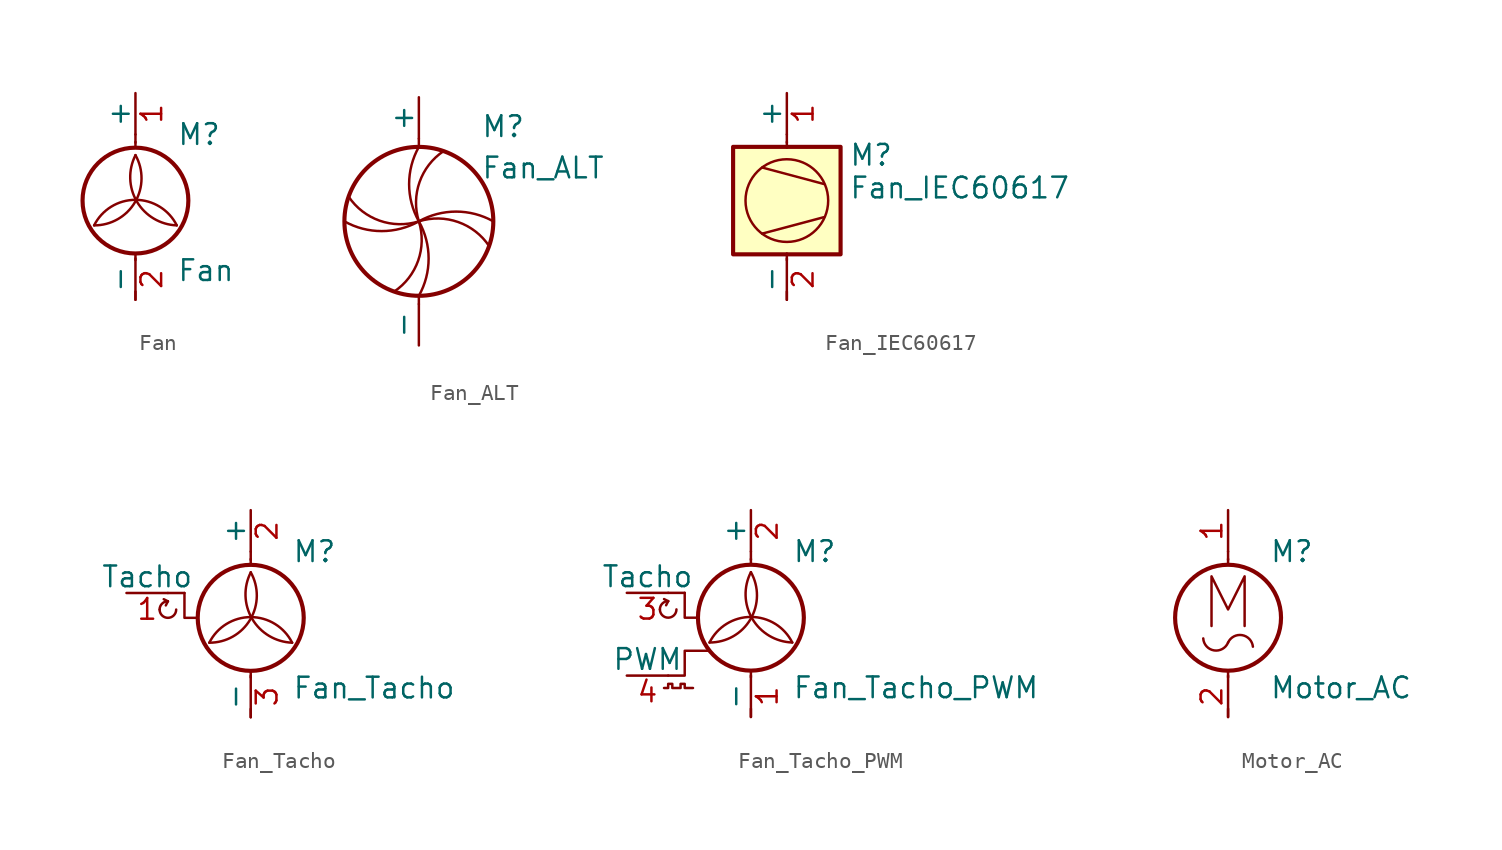
<source format=kicad_sym>
(kicad_symbol_lib
  (version 20200908)
  (generator kicad_symbol_editor)
  (symbol "Motor:Fan"
    (pin_names
      (offset 0))
    (property "Reference" "M"
      (at 2.54 5.08 0)
      (effects (font (size 1.27 1.27)) (justify left)))
    (property "Value" "Fan"
      (at 2.54 -2.54 0)
      (effects (font (size 1.27 1.27)) (justify left top)))
    (symbol "Fan_0_1"
      (arc (start 0 3.81) (end -2.54 -0.508) (radius (at -2.4892 2.3876) (length 2.8702) (angles 29.7 -91)) (stroke (width 0)) (fill (type none)))
      (arc (start -2.54 -0.508) (end 2.54 -0.508) (radius (at 0 -1.778) (length 2.8448) (angles 153.4 26.6)) (stroke (width 0)) (fill (type none)))
      (arc (start 2.54 -0.508) (end 0 3.81) (radius (at 2.6162 2.413) (length 2.921) (angles -91.5 151.9)) (stroke (width 0)) (fill (type none)))
      (circle (center 0 1.016) (radius 3.251) (stroke (width 0.254)) (fill (type none)))
      (polyline (pts (xy 0 -5.08) (xy 0 -4.572)) (stroke (width 0)) (fill (type none)))
      (polyline (pts (xy 0 -2.235) (xy 0 -2.642)) (stroke (width 0)) (fill (type none)))
      (polyline (pts (xy 0 4.267) (xy 0 4.623)) (stroke (width 0)) (fill (type none)))
      (polyline (pts (xy 0 4.572) (xy 0 5.08)) (stroke (width 0)) (fill (type none))))
    (symbol "Fan_1_1"
      (pin passive line (at 0 7.62 270) (length 2.54) (name "+" (effects (font (size 1.27 1.27)))) (number "1" (effects (font (size 1.27 1.27)))))
      (pin passive line (at 0 -5.08 90) (length 2.54) (name "-" (effects (font (size 1.27 1.27)))) (number "2" (effects (font (size 1.27 1.27)))))))
  (symbol "Motor:Fan_ALT"
    (pin_numbers hide)
    (pin_names
      (offset 0))
    (property "Reference" "M"
      (at 3.81 5.08 0)
      (effects (font (size 1.27 1.27)) (justify left bottom)))
    (property "Value" "Fan_ALT"
      (at 3.81 2.54 0)
      (effects (font (size 1.27 1.27)) (justify left bottom)))
    (symbol "Fan_ALT_0_1"
      (arc (start 0 0) (end 0 -4.572) (radius (at -4.064 -2.286) (length 4.6736) (angles 29.4 -29.4)) (stroke (width 0)) (fill (type none)))
      (arc (start 0 0) (end -1.524 -4.318) (radius (at -3.6068 -1.143) (length 3.7846) (angles 17.6 -56.8)) (stroke (width 0)) (fill (type none)))
      (arc (start 0 0) (end -4.572 0) (radius (at -2.286 4.064) (length 4.6736) (angles -60.6 -119.4)) (stroke (width 0)) (fill (type none)))
      (arc (start 0 0) (end -4.318 1.524) (radius (at -1.143 3.6068) (length 3.7846) (angles -72.4 -146.8)) (stroke (width 0)) (fill (type none)))
      (arc (start 0 0) (end 4.318 -1.524) (radius (at 1.143 -3.6068) (length 3.7846) (angles 107.6 33.2)) (stroke (width 0)) (fill (type none)))
      (arc (start 0 0) (end 4.572 0) (radius (at 2.286 -4.064) (length 4.6736) (angles 119.4 60.6)) (stroke (width 0)) (fill (type none)))
      (arc (start 0 0) (end 1.524 4.318) (radius (at 3.6068 1.143) (length 3.7846) (angles -162.4 123.2)) (stroke (width 0)) (fill (type none)))
      (arc (start 0 0) (end 0 4.572) (radius (at 4.064 2.286) (length 4.6736) (angles -150.6 150.6)) (stroke (width 0)) (fill (type none)))
      (circle (center 0 0) (radius 4.572) (stroke (width 0.254)) (fill (type none)))
      (polyline (pts (xy 0 -5.08) (xy 0 -4.572)) (stroke (width 0)) (fill (type none)))
      (polyline (pts (xy 0 4.572) (xy 0 5.08)) (stroke (width 0)) (fill (type none))))
    (symbol "Fan_ALT_1_1"
      (pin passive line (at 0 7.62 270) (length 2.54) (name "+" (effects (font (size 1.27 1.27)))) (number "1" (effects (font (size 1.27 1.27)))))
      (pin passive line (at 0 -7.62 90) (length 2.54) (name "-" (effects (font (size 1.27 1.27)))) (number "2" (effects (font (size 1.27 1.27)))))))
  (symbol "Motor:Fan_IEC60617"
    (pin_names
      (offset 0))
    (property "Reference" "M"
      (at 3.81 3.81 0)
      (effects (font (size 1.27 1.27)) (justify left)))
    (property "Value" "Fan_IEC60617"
      (at 3.81 2.54 0)
      (effects (font (size 1.27 1.27)) (justify left top)))
    (symbol "Fan_IEC60617_0_1"
      (circle (center 0 1.016) (radius 2.54) (stroke (width 0)) (fill (type none)))
      (rectangle (start -3.302 4.318) (end 3.302 -2.286) (stroke (width 0.254)) (fill (type background)))
      (polyline (pts (xy -1.524 -1.016) (xy 2.286 0)) (stroke (width 0)) (fill (type none)))
      (polyline (pts (xy -1.524 3.048) (xy 2.286 2.032)) (stroke (width 0)) (fill (type none)))
      (polyline (pts (xy 0 -5.08) (xy 0 -4.572)) (stroke (width 0)) (fill (type none)))
      (polyline (pts (xy 0 -2.235) (xy 0 -2.642)) (stroke (width 0)) (fill (type none)))
      (polyline (pts (xy 0 4.267) (xy 0 4.623)) (stroke (width 0)) (fill (type none)))
      (polyline (pts (xy 0 4.572) (xy 0 5.08)) (stroke (width 0)) (fill (type none))))
    (symbol "Fan_IEC60617_1_1"
      (pin passive line (at 0 7.62 270) (length 2.54) (name "+" (effects (font (size 1.27 1.27)))) (number "1" (effects (font (size 1.27 1.27)))))
      (pin passive line (at 0 -5.08 90) (length 2.54) (name "-" (effects (font (size 1.27 1.27)))) (number "2" (effects (font (size 1.27 1.27)))))))
  (symbol "Motor:Fan_Tacho"
    (pin_names
      (offset 0))
    (property "Reference" "M"
      (at 2.54 2.54 0)
      (effects (font (size 1.27 1.27)) (justify left)))
    (property "Value" "Fan_Tacho"
      (at 2.54 -5.08 0)
      (effects (font (size 1.27 1.27)) (justify left top)))
    (symbol "Fan_Tacho_0_0"
      (arc (start -5.588 -1.016) (end -5.08 -0.508) (radius (at -5.08 -1.016) (length 0.508) (angles 180 90)) (stroke (width 0)) (fill (type none)))
      (arc (start -5.588 -1.016) (end -4.572 -1.016) (radius (at -5.08 -1.016) (length 0.508) (angles -179.9 -0.1)) (stroke (width 0)) (fill (type none)))
      (polyline (pts (xy -5.08 -0.508) (xy -5.334 -0.381)) (stroke (width 0)) (fill (type none)))
      (polyline (pts (xy -5.08 -0.508) (xy -5.207 -0.762)) (stroke (width 0)) (fill (type none)))
      (polyline (pts (xy -4.064 0) (xy -4.064 -1.524) (xy -3.302 -1.524)) (stroke (width 0)) (fill (type none))))
    (symbol "Fan_Tacho_0_1"
      (arc (start 0 1.27) (end -2.54 -3.048) (radius (at -2.4892 -0.1524) (length 2.8702) (angles 29.7 -91)) (stroke (width 0)) (fill (type none)))
      (arc (start -2.54 -3.048) (end 2.54 -3.048) (radius (at 0 -4.318) (length 2.8448) (angles 153.4 26.6)) (stroke (width 0)) (fill (type none)))
      (arc (start 2.54 -3.048) (end 0 1.27) (radius (at 2.6162 -0.127) (length 2.921) (angles -91.5 151.9)) (stroke (width 0)) (fill (type none)))
      (circle (center 0 -1.524) (radius 3.251) (stroke (width 0.254)) (fill (type none)))
      (polyline (pts (xy -4.064 0) (xy -5.08 0)) (stroke (width 0)) (fill (type none)))
      (polyline (pts (xy 0 -7.62) (xy 0 -7.112)) (stroke (width 0)) (fill (type none)))
      (polyline (pts (xy 0 -4.775) (xy 0 -5.182)) (stroke (width 0)) (fill (type none)))
      (polyline (pts (xy 0 1.727) (xy 0 2.083)) (stroke (width 0)) (fill (type none)))
      (polyline (pts (xy 0 2.032) (xy 0 2.54)) (stroke (width 0)) (fill (type none))))
    (symbol "Fan_Tacho_1_1"
      (pin passive line (at -7.62 0 0) (length 2.54) (name "Tacho" (effects (font (size 1.27 1.27)))) (number "1" (effects (font (size 1.27 1.27)))))
      (pin passive line (at 0 5.08 270) (length 2.54) (name "+" (effects (font (size 1.27 1.27)))) (number "2" (effects (font (size 1.27 1.27)))))
      (pin passive line (at 0 -7.62 90) (length 2.54) (name "-" (effects (font (size 1.27 1.27)))) (number "3" (effects (font (size 1.27 1.27)))))))
  (symbol "Motor:Fan_Tacho_PWM"
    (pin_names
      (offset 0))
    (property "Reference" "M"
      (at 2.54 5.08 0)
      (effects (font (size 1.27 1.27)) (justify left)))
    (property "Value" "Fan_Tacho_PWM"
      (at 2.54 -2.54 0)
      (effects (font (size 1.27 1.27)) (justify left top)))
    (symbol "Fan_Tacho_PWM_0_0"
      (arc (start -5.588 1.524) (end -5.08 2.032) (radius (at -5.08 1.524) (length 0.508) (angles 180 90)) (stroke (width 0)) (fill (type none)))
      (arc (start -5.588 1.524) (end -4.572 1.524) (radius (at -5.08 1.524) (length 0.508) (angles -179.9 -0.1)) (stroke (width 0)) (fill (type none)))
      (polyline (pts (xy -5.08 2.032) (xy -5.334 2.159)) (stroke (width 0)) (fill (type none)))
      (polyline (pts (xy -5.08 2.032) (xy -5.207 1.778)) (stroke (width 0)) (fill (type none)))
      (polyline (pts (xy -4.064 2.54) (xy -4.064 1.016) (xy -3.302 1.016)) (stroke (width 0)) (fill (type none))))
    (symbol "Fan_Tacho_PWM_0_1"
      (arc (start 0 3.81) (end -2.54 -0.508) (radius (at -2.4892 2.3876) (length 2.8702) (angles 29.7 -91)) (stroke (width 0)) (fill (type none)))
      (arc (start -2.54 -0.508) (end 2.54 -0.508) (radius (at 0 -1.778) (length 2.8448) (angles 153.4 26.6)) (stroke (width 0)) (fill (type none)))
      (arc (start 2.54 -0.508) (end 0 3.81) (radius (at 2.6162 2.413) (length 2.921) (angles -91.5 151.9)) (stroke (width 0)) (fill (type none)))
      (circle (center 0 1.016) (radius 3.251) (stroke (width 0.254)) (fill (type none)))
      (polyline (pts (xy -4.064 2.54) (xy -5.08 2.54)) (stroke (width 0)) (fill (type none)))
      (polyline (pts (xy 0 -5.08) (xy 0 -4.572)) (stroke (width 0)) (fill (type none)))
      (polyline (pts (xy 0 -2.235) (xy 0 -2.642)) (stroke (width 0)) (fill (type none)))
      (polyline (pts (xy 0 4.267) (xy 0 4.623)) (stroke (width 0)) (fill (type none)))
      (polyline (pts (xy 0 4.572) (xy 0 5.08)) (stroke (width 0)) (fill (type none)))
      (polyline (pts (xy -2.54 -1.016) (xy -4.064 -1.016) (xy -4.064 -2.54) (xy -5.08 -2.54)) (stroke (width 0)) (fill (type none)))
      (polyline (pts (xy -5.334 -3.302) (xy -5.08 -3.302) (xy -5.08 -3.048) (xy -4.826 -3.048) (xy -4.826 -3.302) (xy -4.318 -3.302) (xy -4.318 -3.048) (xy -4.064 -3.048) (xy -4.064 -3.302) (xy -3.556 -3.302)) (stroke (width 0)) (fill (type none))))
    (symbol "Fan_Tacho_PWM_1_1"
      (pin passive line (at 0 -5.08 90) (length 2.54) (name "-" (effects (font (size 1.27 1.27)))) (number "1" (effects (font (size 1.27 1.27)))))
      (pin passive line (at 0 7.62 270) (length 2.54) (name "+" (effects (font (size 1.27 1.27)))) (number "2" (effects (font (size 1.27 1.27)))))
      (pin passive line (at -7.62 2.54 0) (length 2.54) (name "Tacho" (effects (font (size 1.27 1.27)))) (number "3" (effects (font (size 1.27 1.27)))))
      (pin input line (at -7.62 -2.54 0) (length 2.54) (name "PWM" (effects (font (size 1.27 1.27)))) (number "4" (effects (font (size 1.27 1.27)))))))
  (symbol "Motor:Motor_AC"
    (pin_names
      (offset 0))
    (property "Reference" "M"
      (at 2.54 2.54 0)
      (effects (font (size 1.27 1.27)) (justify left)))
    (property "Value" "Motor_AC"
      (at 2.54 -5.08 0)
      (effects (font (size 1.27 1.27)) (justify left top)))
    (symbol "Motor_AC_0_0"
      (arc (start -1.524 -2.794) (end 0 -3.048) (radius (at -0.7366 -2.7432) (length 0.7874) (angles -176.3 -22.5)) (stroke (width 0)) (fill (type none)))
      (arc (start 0 -3.048) (end 1.524 -3.302) (radius (at 0.7112 -3.3528) (length 0.762) (angles 156.8 3.6)) (stroke (width 0)) (fill (type none)))
      (polyline (pts (xy -1.016 -2.032) (xy -1.016 1.016) (xy 0 -1.016) (xy 1.016 1.016) (xy 1.016 -2.032)) (stroke (width 0)) (fill (type none))))
    (symbol "Motor_AC_0_1"
      (circle (center 0 -1.524) (radius 3.251) (stroke (width 0.254)) (fill (type none)))
      (polyline (pts (xy 0 -7.62) (xy 0 -7.112)) (stroke (width 0)) (fill (type none)))
      (polyline (pts (xy 0 -4.775) (xy 0 -5.182)) (stroke (width 0)) (fill (type none)))
      (polyline (pts (xy 0 1.727) (xy 0 2.083)) (stroke (width 0)) (fill (type none)))
      (polyline (pts (xy 0 2.032) (xy 0 2.54)) (stroke (width 0)) (fill (type none))))
    (symbol "Motor_AC_1_1"
      (pin passive line (at 0 5.08 270) (length 2.54) (name "~" (effects (font (size 1.27 1.27)))) (number "1" (effects (font (size 1.27 1.27)))))
      (pin passive line (at 0 -7.62 90) (length 2.54) (name "~" (effects (font (size 1.27 1.27)))) (number "2" (effects (font (size 1.27 1.27))))))))
</source>
